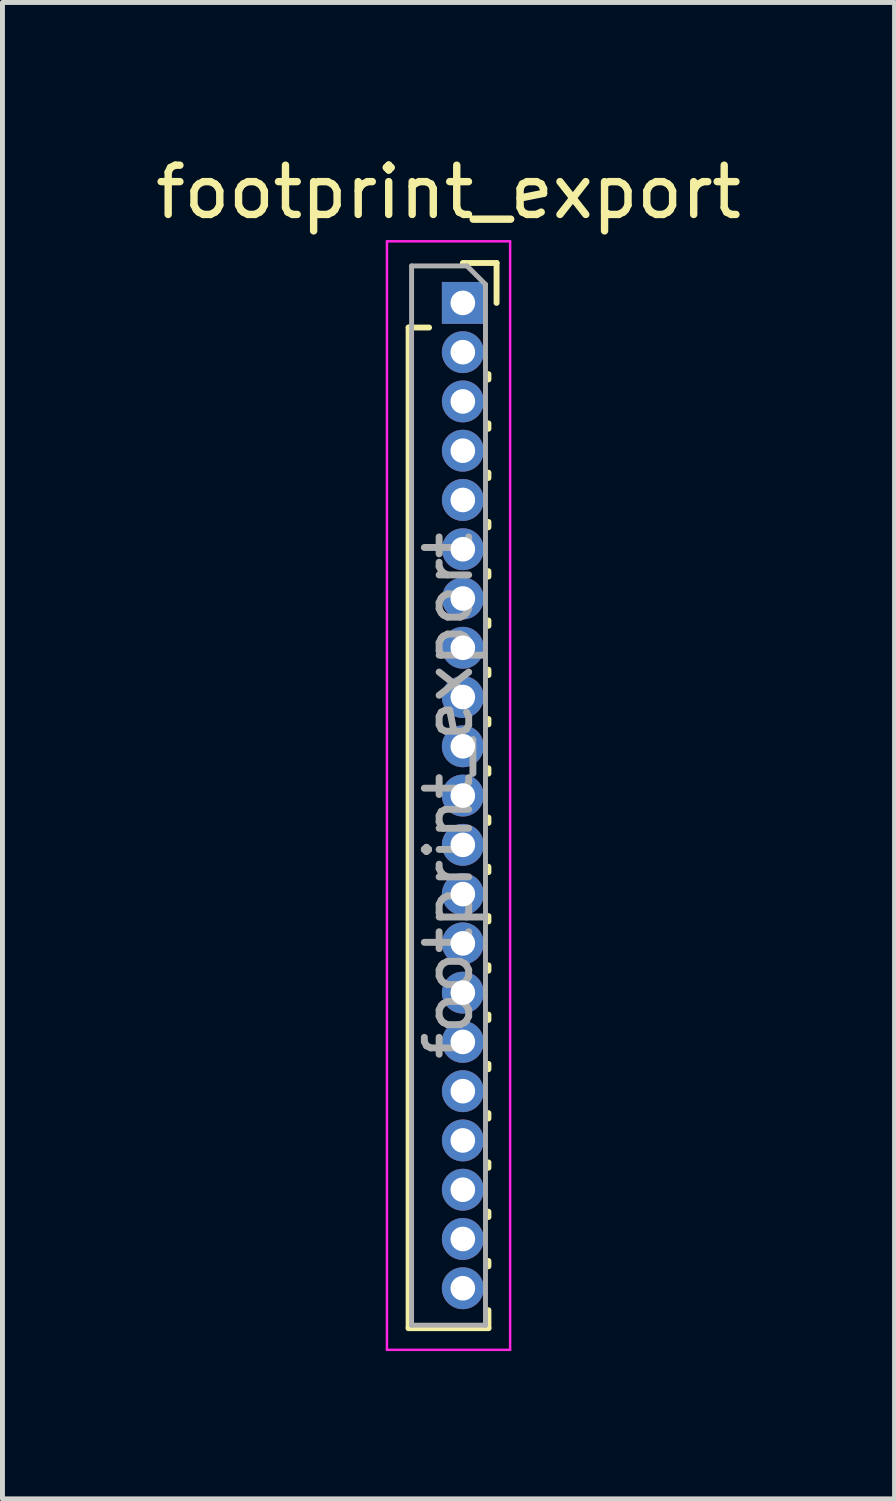
<source format=kicad_pcb>
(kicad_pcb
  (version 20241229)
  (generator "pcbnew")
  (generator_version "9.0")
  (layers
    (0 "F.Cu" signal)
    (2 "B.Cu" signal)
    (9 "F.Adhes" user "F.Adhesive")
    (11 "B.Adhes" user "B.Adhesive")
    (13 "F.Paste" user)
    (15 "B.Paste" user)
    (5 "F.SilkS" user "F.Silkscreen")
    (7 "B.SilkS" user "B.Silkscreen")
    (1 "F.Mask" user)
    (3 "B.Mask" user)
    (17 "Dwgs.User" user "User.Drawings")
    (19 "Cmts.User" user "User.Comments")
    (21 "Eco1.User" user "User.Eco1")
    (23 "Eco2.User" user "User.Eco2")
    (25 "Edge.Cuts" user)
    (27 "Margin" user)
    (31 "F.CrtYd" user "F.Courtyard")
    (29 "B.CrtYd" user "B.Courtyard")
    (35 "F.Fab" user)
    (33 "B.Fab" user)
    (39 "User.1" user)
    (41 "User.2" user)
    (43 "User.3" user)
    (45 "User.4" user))
  (footprint "footprint_export"
    (layer "F.Cu")
    (at 6.344 3.098)
    (property "Reference" "footprint_export" (at -0.29 -2.25 0) (layer "F.SilkS") (effects (font (size 1 1) (thickness 0.15))))
    (attr through_hole)
    (fp_line (start -1.1 0.5) (end -1.1 20.81) (stroke (width 0.12) (type solid)) (layer "F.SilkS"))
    (fp_line (start -1.1 0.5) (end -0.685 0.5) (stroke (width 0.12) (type solid)) (layer "F.SilkS"))
    (fp_line (start -1.1 20.81) (end 0.52 20.81) (stroke (width 0.12) (type solid)) (layer "F.SilkS"))
    (fp_line (start 0 -0.81) (end 0.685 -0.81) (stroke (width 0.12) (type solid)) (layer "F.SilkS"))
    (fp_line (start 0.52 1.446) (end 0.52 1.554) (stroke (width 0.12) (type solid)) (layer "F.SilkS"))
    (fp_line (start 0.52 2.446) (end 0.52 2.554) (stroke (width 0.12) (type solid)) (layer "F.SilkS"))
    (fp_line (start 0.52 3.446) (end 0.52 3.554) (stroke (width 0.12) (type solid)) (layer "F.SilkS"))
    (fp_line (start 0.52 4.446) (end 0.52 4.554) (stroke (width 0.12) (type solid)) (layer "F.SilkS"))
    (fp_line (start 0.52 5.446) (end 0.52 5.554) (stroke (width 0.12) (type solid)) (layer "F.SilkS"))
    (fp_line (start 0.52 6.446) (end 0.52 6.554) (stroke (width 0.12) (type solid)) (layer "F.SilkS"))
    (fp_line (start 0.52 7.446) (end 0.52 7.554) (stroke (width 0.12) (type solid)) (layer "F.SilkS"))
    (fp_line (start 0.52 8.446) (end 0.52 8.554) (stroke (width 0.12) (type solid)) (layer "F.SilkS"))
    (fp_line (start 0.52 9.446) (end 0.52 9.554) (stroke (width 0.12) (type solid)) (layer "F.SilkS"))
    (fp_line (start 0.52 10.446) (end 0.52 10.554) (stroke (width 0.12) (type solid)) (layer "F.SilkS"))
    (fp_line (start 0.52 11.446) (end 0.52 11.554) (stroke (width 0.12) (type solid)) (layer "F.SilkS"))
    (fp_line (start 0.52 12.446) (end 0.52 12.554) (stroke (width 0.12) (type solid)) (layer "F.SilkS"))
    (fp_line (start 0.52 13.446) (end 0.52 13.554) (stroke (width 0.12) (type solid)) (layer "F.SilkS"))
    (fp_line (start 0.52 14.446) (end 0.52 14.554) (stroke (width 0.12) (type solid)) (layer "F.SilkS"))
    (fp_line (start 0.52 15.446) (end 0.52 15.554) (stroke (width 0.12) (type solid)) (layer "F.SilkS"))
    (fp_line (start 0.52 16.446) (end 0.52 16.554) (stroke (width 0.12) (type solid)) (layer "F.SilkS"))
    (fp_line (start 0.52 17.446) (end 0.52 17.554) (stroke (width 0.12) (type solid)) (layer "F.SilkS"))
    (fp_line (start 0.52 18.446) (end 0.52 18.554) (stroke (width 0.12) (type solid)) (layer "F.SilkS"))
    (fp_line (start 0.52 19.446) (end 0.52 19.554) (stroke (width 0.12) (type solid)) (layer "F.SilkS"))
    (fp_line (start 0.52 20.446) (end 0.52 20.81) (stroke (width 0.12) (type solid)) (layer "F.SilkS"))
    (fp_line (start 0.685 -0.81) (end 0.685 0) (stroke (width 0.12) (type solid)) (layer "F.SilkS"))
    (fp_line (start -1.54 -1.25) (end 0.96 -1.25) (stroke (width 0.05) (type solid)) (layer "F.CrtYd"))
    (fp_line (start -1.54 21.25) (end -1.54 -1.25) (stroke (width 0.05) (type solid)) (layer "F.CrtYd"))
    (fp_line (start 0.96 -1.25) (end 0.96 21.25) (stroke (width 0.05) (type solid)) (layer "F.CrtYd"))
    (fp_line (start 0.96 21.25) (end -1.54 21.25) (stroke (width 0.05) (type solid)) (layer "F.CrtYd"))
    (fp_line (start -1.04 -0.75) (end 0.085 -0.75) (stroke (width 0.1) (type solid)) (layer "F.Fab"))
    (fp_line (start -1.04 20.75) (end -1.04 -0.75) (stroke (width 0.1) (type solid)) (layer "F.Fab"))
    (fp_line (start 0.085 -0.75) (end 0.46 -0.375) (stroke (width 0.1) (type solid)) (layer "F.Fab"))
    (fp_line (start 0.46 -0.375) (end 0.46 20.75) (stroke (width 0.1) (type solid)) (layer "F.Fab"))
    (fp_line (start 0.46 20.75) (end -1.04 20.75) (stroke (width 0.1) (type solid)) (layer "F.Fab"))
    (fp_text user "${REFERENCE}" (at -0.29 10 90) (layer "F.Fab") (effects (font (size 0.9 0.9) (thickness 0.14))))
    (pad "1" thru_hole rect (at 0 0) (size 0.85 0.85) (drill 0.5) (layers "*.Cu" "*.Mask"))
    (pad "2" thru_hole oval (at 0 1) (size 0.85 0.85) (drill 0.5) (layers "*.Cu" "*.Mask"))
    (pad "3" thru_hole oval (at 0 2) (size 0.85 0.85) (drill 0.5) (layers "*.Cu" "*.Mask"))
    (pad "4" thru_hole oval (at 0 3) (size 0.85 0.85) (drill 0.5) (layers "*.Cu" "*.Mask"))
    (pad "5" thru_hole oval (at 0 4) (size 0.85 0.85) (drill 0.5) (layers "*.Cu" "*.Mask"))
    (pad "6" thru_hole oval (at 0 5) (size 0.85 0.85) (drill 0.5) (layers "*.Cu" "*.Mask"))
    (pad "7" thru_hole oval (at 0 6) (size 0.85 0.85) (drill 0.5) (layers "*.Cu" "*.Mask"))
    (pad "8" thru_hole oval (at 0 7) (size 0.85 0.85) (drill 0.5) (layers "*.Cu" "*.Mask"))
    (pad "9" thru_hole oval (at 0 8) (size 0.85 0.85) (drill 0.5) (layers "*.Cu" "*.Mask"))
    (pad "10" thru_hole oval (at 0 9) (size 0.85 0.85) (drill 0.5) (layers "*.Cu" "*.Mask"))
    (pad "11" thru_hole oval (at 0 10) (size 0.85 0.85) (drill 0.5) (layers "*.Cu" "*.Mask"))
    (pad "12" thru_hole oval (at 0 11) (size 0.85 0.85) (drill 0.5) (layers "*.Cu" "*.Mask"))
    (pad "13" thru_hole oval (at 0 12) (size 0.85 0.85) (drill 0.5) (layers "*.Cu" "*.Mask"))
    (pad "14" thru_hole oval (at 0 13) (size 0.85 0.85) (drill 0.5) (layers "*.Cu" "*.Mask"))
    (pad "15" thru_hole oval (at 0 14) (size 0.85 0.85) (drill 0.5) (layers "*.Cu" "*.Mask"))
    (pad "16" thru_hole oval (at 0 15) (size 0.85 0.85) (drill 0.5) (layers "*.Cu" "*.Mask"))
    (pad "17" thru_hole oval (at 0 16) (size 0.85 0.85) (drill 0.5) (layers "*.Cu" "*.Mask"))
    (pad "18" thru_hole oval (at 0 17) (size 0.85 0.85) (drill 0.5) (layers "*.Cu" "*.Mask"))
    (pad "19" thru_hole oval (at 0 18) (size 0.85 0.85) (drill 0.5) (layers "*.Cu" "*.Mask"))
    (pad "20" thru_hole oval (at 0 19) (size 0.85 0.85) (drill 0.5) (layers "*.Cu" "*.Mask"))
    (pad "21" thru_hole oval (at 0 20) (size 0.85 0.85) (drill 0.5) (layers "*.Cu" "*.Mask")))
  (gr_rect
    (start -3 -3)
    (end 15.107 27.373)
    (stroke (width 0.1) (type default))
    (fill no)
    (layer "Edge.Cuts")))
</source>
